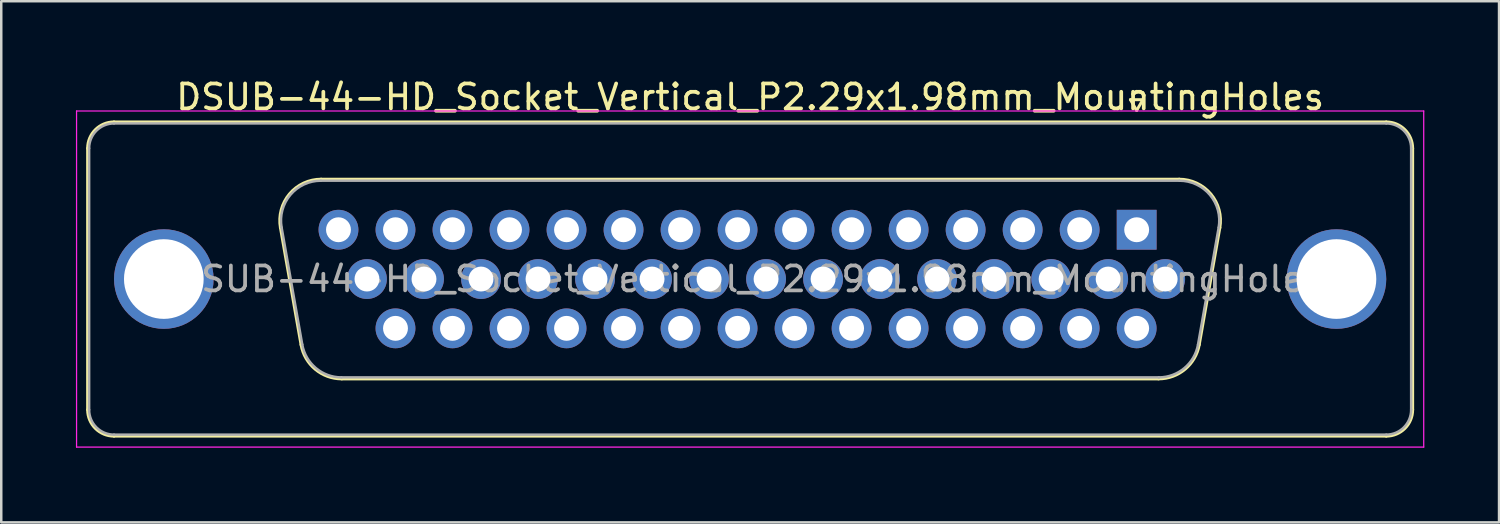
<source format=kicad_pcb>
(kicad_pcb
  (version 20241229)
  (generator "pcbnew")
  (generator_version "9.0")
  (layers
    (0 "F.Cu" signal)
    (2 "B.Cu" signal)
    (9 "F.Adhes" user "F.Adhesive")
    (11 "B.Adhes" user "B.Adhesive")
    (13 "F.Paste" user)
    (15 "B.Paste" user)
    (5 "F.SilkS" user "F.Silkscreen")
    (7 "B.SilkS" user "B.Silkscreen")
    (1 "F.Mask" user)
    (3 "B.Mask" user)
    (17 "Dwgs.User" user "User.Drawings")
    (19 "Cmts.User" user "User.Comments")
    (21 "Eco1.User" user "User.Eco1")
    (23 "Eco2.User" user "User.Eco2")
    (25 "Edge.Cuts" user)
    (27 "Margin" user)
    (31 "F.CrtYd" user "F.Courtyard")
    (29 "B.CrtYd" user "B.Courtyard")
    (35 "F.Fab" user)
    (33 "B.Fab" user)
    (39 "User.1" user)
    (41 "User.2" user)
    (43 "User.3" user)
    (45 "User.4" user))
  (footprint "DSUB-44-HD_Socket_Vertical_P2.29x1.98mm_MountingHoles"
    (layer "F.Cu")
    (at 42.605 6.178)
    (property "Reference" "DSUB-44-HD_Socket_Vertical_P2.29x1.98mm_MountingHoles" (at -15.525 -5.33 0) (layer "F.SilkS") (effects (font (size 1 1) (thickness 0.15))))
    (attr through_hole)
    (fp_line (start -42.135 7.23) (end -42.135 -3.27) (stroke (width 0.12) (type solid)) (layer "F.SilkS"))
    (fp_line (start -41.075 -4.33) (end 10.025 -4.33) (stroke (width 0.12) (type solid)) (layer "F.SilkS"))
    (fp_line (start -33.563 4.618) (end -34.391 -0.082) (stroke (width 0.12) (type solid)) (layer "F.SilkS"))
    (fp_line (start -32.757 -2.03) (end 1.707 -2.03) (stroke (width 0.12) (type solid)) (layer "F.SilkS"))
    (fp_line (start -0.25 -5.224) (end 0.25 -5.224) (stroke (width 0.12) (type solid)) (layer "F.SilkS"))
    (fp_line (start 0 -4.791) (end -0.25 -5.224) (stroke (width 0.12) (type solid)) (layer "F.SilkS"))
    (fp_line (start 0.25 -5.224) (end 0 -4.791) (stroke (width 0.12) (type solid)) (layer "F.SilkS"))
    (fp_line (start 0.878 5.99) (end -31.928 5.99) (stroke (width 0.12) (type solid)) (layer "F.SilkS"))
    (fp_line (start 3.341 -0.082) (end 2.513 4.618) (stroke (width 0.12) (type solid)) (layer "F.SilkS"))
    (fp_line (start 10.025 8.29) (end -41.075 8.29) (stroke (width 0.12) (type solid)) (layer "F.SilkS"))
    (fp_line (start 11.085 -3.27) (end 11.085 7.23) (stroke (width 0.12) (type solid)) (layer "F.SilkS"))
    (fp_arc (start -42.135 -3.27) (mid -41.824533 -4.019533) (end -41.075 -4.33) (stroke (width 0.12) (type solid)) (layer "F.SilkS"))
    (fp_arc (start -41.075 8.29) (mid -41.824533 7.979533) (end -42.135 7.23) (stroke (width 0.12) (type solid)) (layer "F.SilkS"))
    (fp_arc (start -34.39147 -0.081744) (mid -34.028323 -1.437027) (end -32.756689 -2.03) (stroke (width 0.12) (type solid)) (layer "F.SilkS"))
    (fp_arc (start -31.927952 5.99) (mid -32.99498 5.601634) (end -33.562733 4.618256) (stroke (width 0.12) (type solid)) (layer "F.SilkS"))
    (fp_arc (start 1.706689 -2.03) (mid 2.978323 -1.437027) (end 3.34147 -0.081744) (stroke (width 0.12) (type solid)) (layer "F.SilkS"))
    (fp_arc (start 2.512733 4.618256) (mid 1.94498 5.601634) (end 0.877952 5.99) (stroke (width 0.12) (type solid)) (layer "F.SilkS"))
    (fp_arc (start 10.025 -4.33) (mid 10.774533 -4.019533) (end 11.085 -3.27) (stroke (width 0.12) (type solid)) (layer "F.SilkS"))
    (fp_arc (start 11.085 7.23) (mid 10.774533 7.979533) (end 10.025 8.29) (stroke (width 0.12) (type solid)) (layer "F.SilkS"))
    (fp_line (start -42.58 -4.77) (end -42.58 8.73) (stroke (width 0.05) (type solid)) (layer "F.CrtYd"))
    (fp_line (start -42.58 8.73) (end 11.53 8.73) (stroke (width 0.05) (type solid)) (layer "F.CrtYd"))
    (fp_line (start 11.53 -4.77) (end -42.58 -4.77) (stroke (width 0.05) (type solid)) (layer "F.CrtYd"))
    (fp_line (start 11.53 8.73) (end 11.53 -4.77) (stroke (width 0.05) (type solid)) (layer "F.CrtYd"))
    (fp_line (start -42.075 7.23) (end -42.075 -3.27) (stroke (width 0.1) (type solid)) (layer "F.Fab"))
    (fp_line (start -41.075 -4.27) (end 10.025 -4.27) (stroke (width 0.1) (type solid)) (layer "F.Fab"))
    (fp_line (start -33.515 4.608) (end -34.344 -0.092) (stroke (width 0.1) (type solid)) (layer "F.Fab"))
    (fp_line (start -32.768 -1.97) (end 1.718 -1.97) (stroke (width 0.1) (type solid)) (layer "F.Fab"))
    (fp_line (start 0.889 5.93) (end -31.939 5.93) (stroke (width 0.1) (type solid)) (layer "F.Fab"))
    (fp_line (start 3.294 -0.092) (end 2.465 4.608) (stroke (width 0.1) (type solid)) (layer "F.Fab"))
    (fp_line (start 10.025 8.23) (end -41.075 8.23) (stroke (width 0.1) (type solid)) (layer "F.Fab"))
    (fp_line (start 11.025 -3.27) (end 11.025 7.23) (stroke (width 0.1) (type solid)) (layer "F.Fab"))
    (fp_arc (start -42.075 -3.27) (mid -41.782107 -3.977107) (end -41.075 -4.27) (stroke (width 0.1) (type solid)) (layer "F.Fab"))
    (fp_arc (start -41.075 8.23) (mid -41.782107 7.937107) (end -42.075 7.23) (stroke (width 0.1) (type solid)) (layer "F.Fab"))
    (fp_arc (start -34.343887 -0.092163) (mid -33.993865 -1.39846) (end -32.768194 -1.97) (stroke (width 0.1) (type solid)) (layer "F.Fab"))
    (fp_arc (start -31.939457 5.93) (mid -32.967918 5.555671) (end -33.51515 4.607837) (stroke (width 0.1) (type solid)) (layer "F.Fab"))
    (fp_arc (start 1.718194 -1.97) (mid 2.943865 -1.39846) (end 3.293887 -0.092163) (stroke (width 0.1) (type solid)) (layer "F.Fab"))
    (fp_arc (start 2.46515 4.607837) (mid 1.917918 5.555671) (end 0.889457 5.93) (stroke (width 0.1) (type solid)) (layer "F.Fab"))
    (fp_arc (start 10.025 -4.27) (mid 10.732107 -3.977107) (end 11.025 -3.27) (stroke (width 0.1) (type solid)) (layer "F.Fab"))
    (fp_arc (start 11.025 7.23) (mid 10.732107 7.937107) (end 10.025 8.23) (stroke (width 0.1) (type solid)) (layer "F.Fab"))
    (fp_text user "${REFERENCE}" (at -15.525 1.98 0) (layer "F.Fab") (effects (font (size 1 1) (thickness 0.15))))
    (pad "0" thru_hole circle (at -39.075 1.98) (size 4 4) (drill 3.2) (layers "*.Cu" "*.Mask"))
    (pad "0" thru_hole circle (at 8.025 1.98) (size 4 4) (drill 3.2) (layers "*.Cu" "*.Mask"))
    (pad "1" thru_hole rect (at 0 0) (size 1.6 1.6) (drill 1) (layers "*.Cu" "*.Mask"))
    (pad "2" thru_hole circle (at -2.29 0) (size 1.6 1.6) (drill 1) (layers "*.Cu" "*.Mask"))
    (pad "3" thru_hole circle (at -4.58 0) (size 1.6 1.6) (drill 1) (layers "*.Cu" "*.Mask"))
    (pad "4" thru_hole circle (at -6.87 0) (size 1.6 1.6) (drill 1) (layers "*.Cu" "*.Mask"))
    (pad "5" thru_hole circle (at -9.16 0) (size 1.6 1.6) (drill 1) (layers "*.Cu" "*.Mask"))
    (pad "6" thru_hole circle (at -11.45 0) (size 1.6 1.6) (drill 1) (layers "*.Cu" "*.Mask"))
    (pad "7" thru_hole circle (at -13.74 0) (size 1.6 1.6) (drill 1) (layers "*.Cu" "*.Mask"))
    (pad "8" thru_hole circle (at -16.03 0) (size 1.6 1.6) (drill 1) (layers "*.Cu" "*.Mask"))
    (pad "9" thru_hole circle (at -18.32 0) (size 1.6 1.6) (drill 1) (layers "*.Cu" "*.Mask"))
    (pad "10" thru_hole circle (at -20.61 0) (size 1.6 1.6) (drill 1) (layers "*.Cu" "*.Mask"))
    (pad "11" thru_hole circle (at -22.9 0) (size 1.6 1.6) (drill 1) (layers "*.Cu" "*.Mask"))
    (pad "12" thru_hole circle (at -25.19 0) (size 1.6 1.6) (drill 1) (layers "*.Cu" "*.Mask"))
    (pad "13" thru_hole circle (at -27.48 0) (size 1.6 1.6) (drill 1) (layers "*.Cu" "*.Mask"))
    (pad "14" thru_hole circle (at -29.77 0) (size 1.6 1.6) (drill 1) (layers "*.Cu" "*.Mask"))
    (pad "15" thru_hole circle (at -32.06 0) (size 1.6 1.6) (drill 1) (layers "*.Cu" "*.Mask"))
    (pad "16" thru_hole circle (at 1.145 1.98) (size 1.6 1.6) (drill 1) (layers "*.Cu" "*.Mask"))
    (pad "17" thru_hole circle (at -1.145 1.98) (size 1.6 1.6) (drill 1) (layers "*.Cu" "*.Mask"))
    (pad "18" thru_hole circle (at -3.435 1.98) (size 1.6 1.6) (drill 1) (layers "*.Cu" "*.Mask"))
    (pad "19" thru_hole circle (at -5.725 1.98) (size 1.6 1.6) (drill 1) (layers "*.Cu" "*.Mask"))
    (pad "20" thru_hole circle (at -8.015 1.98) (size 1.6 1.6) (drill 1) (layers "*.Cu" "*.Mask"))
    (pad "21" thru_hole circle (at -10.305 1.98) (size 1.6 1.6) (drill 1) (layers "*.Cu" "*.Mask"))
    (pad "22" thru_hole circle (at -12.595 1.98) (size 1.6 1.6) (drill 1) (layers "*.Cu" "*.Mask"))
    (pad "23" thru_hole circle (at -14.885 1.98) (size 1.6 1.6) (drill 1) (layers "*.Cu" "*.Mask"))
    (pad "24" thru_hole circle (at -17.175 1.98) (size 1.6 1.6) (drill 1) (layers "*.Cu" "*.Mask"))
    (pad "25" thru_hole circle (at -19.465 1.98) (size 1.6 1.6) (drill 1) (layers "*.Cu" "*.Mask"))
    (pad "26" thru_hole circle (at -21.755 1.98) (size 1.6 1.6) (drill 1) (layers "*.Cu" "*.Mask"))
    (pad "27" thru_hole circle (at -24.045 1.98) (size 1.6 1.6) (drill 1) (layers "*.Cu" "*.Mask"))
    (pad "28" thru_hole circle (at -26.335 1.98) (size 1.6 1.6) (drill 1) (layers "*.Cu" "*.Mask"))
    (pad "29" thru_hole circle (at -28.625 1.98) (size 1.6 1.6) (drill 1) (layers "*.Cu" "*.Mask"))
    (pad "30" thru_hole circle (at -30.915 1.98) (size 1.6 1.6) (drill 1) (layers "*.Cu" "*.Mask"))
    (pad "31" thru_hole circle (at 0 3.96) (size 1.6 1.6) (drill 1) (layers "*.Cu" "*.Mask"))
    (pad "32" thru_hole circle (at -2.29 3.96) (size 1.6 1.6) (drill 1) (layers "*.Cu" "*.Mask"))
    (pad "33" thru_hole circle (at -4.58 3.96) (size 1.6 1.6) (drill 1) (layers "*.Cu" "*.Mask"))
    (pad "34" thru_hole circle (at -6.87 3.96) (size 1.6 1.6) (drill 1) (layers "*.Cu" "*.Mask"))
    (pad "35" thru_hole circle (at -9.16 3.96) (size 1.6 1.6) (drill 1) (layers "*.Cu" "*.Mask"))
    (pad "36" thru_hole circle (at -11.45 3.96) (size 1.6 1.6) (drill 1) (layers "*.Cu" "*.Mask"))
    (pad "37" thru_hole circle (at -13.74 3.96) (size 1.6 1.6) (drill 1) (layers "*.Cu" "*.Mask"))
    (pad "38" thru_hole circle (at -16.03 3.96) (size 1.6 1.6) (drill 1) (layers "*.Cu" "*.Mask"))
    (pad "39" thru_hole circle (at -18.32 3.96) (size 1.6 1.6) (drill 1) (layers "*.Cu" "*.Mask"))
    (pad "40" thru_hole circle (at -20.61 3.96) (size 1.6 1.6) (drill 1) (layers "*.Cu" "*.Mask"))
    (pad "41" thru_hole circle (at -22.9 3.96) (size 1.6 1.6) (drill 1) (layers "*.Cu" "*.Mask"))
    (pad "42" thru_hole circle (at -25.19 3.96) (size 1.6 1.6) (drill 1) (layers "*.Cu" "*.Mask"))
    (pad "43" thru_hole circle (at -27.48 3.96) (size 1.6 1.6) (drill 1) (layers "*.Cu" "*.Mask"))
    (pad "44" thru_hole circle (at -29.77 3.96) (size 1.6 1.6) (drill 1) (layers "*.Cu" "*.Mask")))
  (gr_rect
    (start -3 -3)
    (end 57.16 17.933)
    (stroke (width 0.1) (type default))
    (fill no)
    (layer "Edge.Cuts")))
</source>
